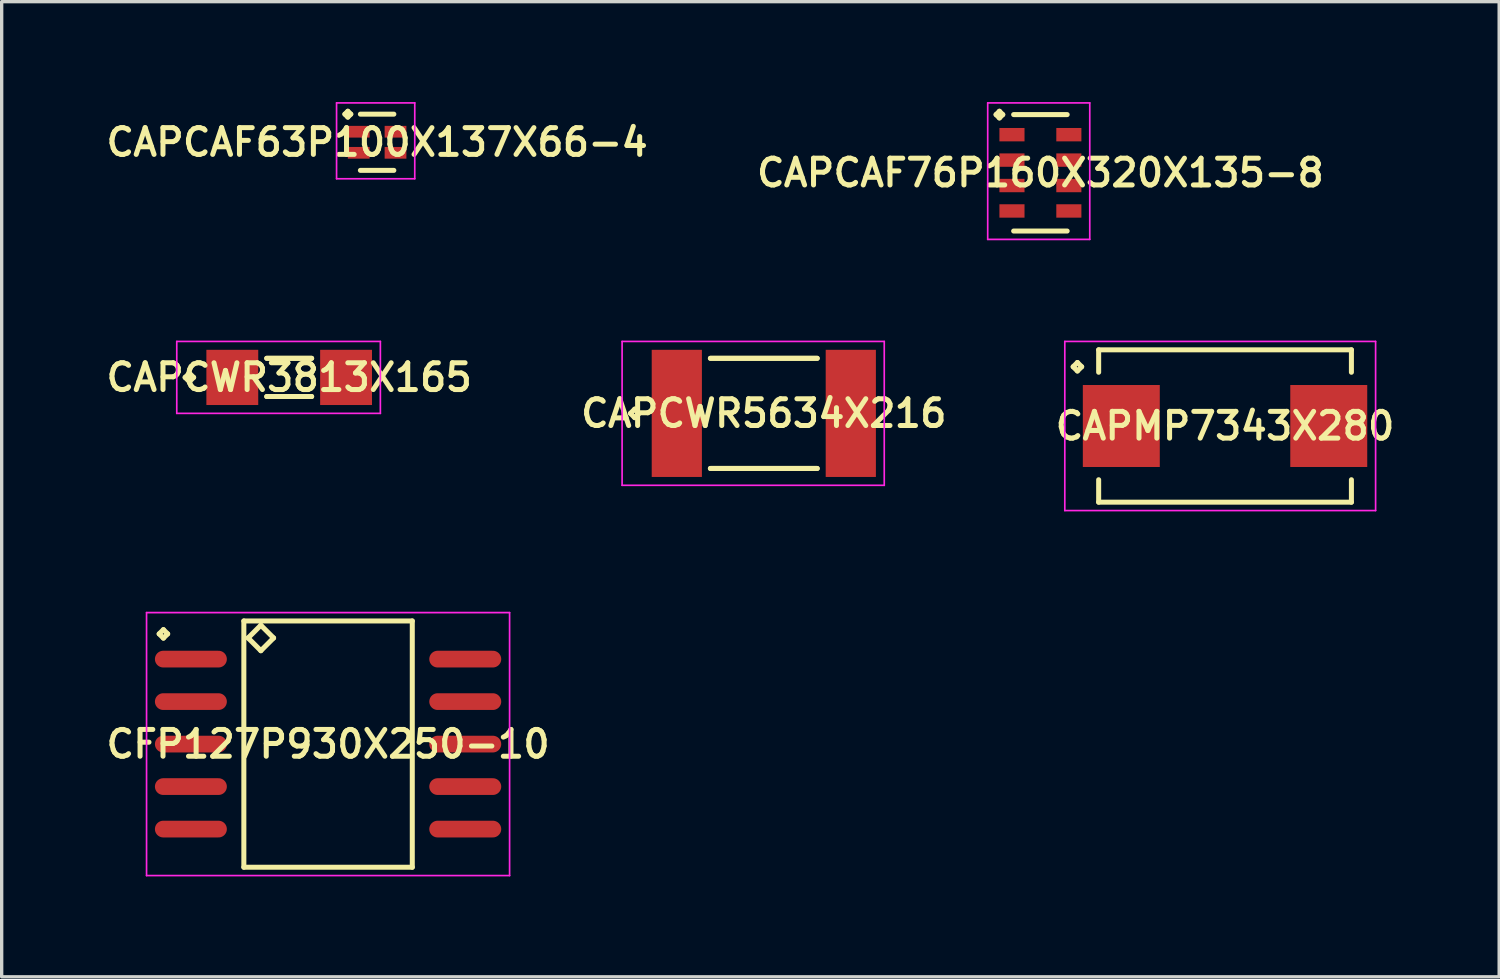
<source format=kicad_pcb>
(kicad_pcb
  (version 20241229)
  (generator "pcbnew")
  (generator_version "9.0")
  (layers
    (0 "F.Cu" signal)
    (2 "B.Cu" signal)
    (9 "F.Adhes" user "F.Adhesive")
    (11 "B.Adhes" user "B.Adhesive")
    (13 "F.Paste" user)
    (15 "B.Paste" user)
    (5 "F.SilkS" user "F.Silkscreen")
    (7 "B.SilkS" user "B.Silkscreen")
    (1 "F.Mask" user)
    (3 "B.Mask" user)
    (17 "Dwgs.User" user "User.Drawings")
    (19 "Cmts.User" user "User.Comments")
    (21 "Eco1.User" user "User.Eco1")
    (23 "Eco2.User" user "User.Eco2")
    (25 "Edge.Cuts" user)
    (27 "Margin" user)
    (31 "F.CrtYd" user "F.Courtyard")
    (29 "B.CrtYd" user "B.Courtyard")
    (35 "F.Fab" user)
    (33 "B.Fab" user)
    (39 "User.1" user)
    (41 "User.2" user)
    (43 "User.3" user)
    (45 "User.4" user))
  (footprint "CAPCAF76P160X320X135-8"
    (layer "F.Cu")
    (at 28.045 2.115)
    (property "Reference" "CAPCAF76P160X320X135-8" (at 0 0 0) (layer "F.SilkS") (effects (font (size 0.8 0.8) (thickness 0.15))))
    (attr smd)
    (fp_line (start -1.325 -1.74) (end -1.225 -1.84) (stroke (width 0.15) (type solid)) (layer "F.SilkS"))
    (fp_line (start -1.225 -1.84) (end -1.125 -1.74) (stroke (width 0.15) (type solid)) (layer "F.SilkS"))
    (fp_line (start -1.225 -1.64) (end -1.325 -1.74) (stroke (width 0.15) (type solid)) (layer "F.SilkS"))
    (fp_line (start -1.125 -1.74) (end -1.225 -1.64) (stroke (width 0.15) (type solid)) (layer "F.SilkS"))
    (fp_line (start -0.8 -1.74) (end 0.8 -1.74) (stroke (width 0.15) (type solid)) (layer "F.SilkS"))
    (fp_line (start -0.8 1.74) (end 0.8 1.74) (stroke (width 0.15) (type solid)) (layer "F.SilkS"))
    (fp_line (start -1.575 -2.09) (end 1.475 -2.09) (stroke (width 0.05) (type solid)) (layer "F.CrtYd"))
    (fp_line (start -1.575 1.99) (end -1.575 -2.09) (stroke (width 0.05) (type solid)) (layer "F.CrtYd"))
    (fp_line (start 1.475 -2.09) (end 1.475 1.99) (stroke (width 0.05) (type solid)) (layer "F.CrtYd"))
    (fp_line (start 1.475 1.99) (end -1.575 1.99) (stroke (width 0.05) (type solid)) (layer "F.CrtYd"))
    (pad "1" smd rect (at -0.85 -1.14) (size 0.75 0.4) (layers "F.Cu" "F.Mask" "F.Paste"))
    (pad "2" smd rect (at -0.85 -0.38) (size 0.75 0.4) (layers "F.Cu" "F.Mask" "F.Paste"))
    (pad "3" smd rect (at -0.85 0.38) (size 0.75 0.4) (layers "F.Cu" "F.Mask" "F.Paste"))
    (pad "4" smd rect (at -0.85 1.14) (size 0.75 0.4) (layers "F.Cu" "F.Mask" "F.Paste"))
    (pad "5" smd rect (at 0.85 1.14) (size 0.75 0.4) (layers "F.Cu" "F.Mask" "F.Paste"))
    (pad "6" smd rect (at 0.85 0.38) (size 0.75 0.4) (layers "F.Cu" "F.Mask" "F.Paste"))
    (pad "7" smd rect (at 0.85 -0.38) (size 0.75 0.4) (layers "F.Cu" "F.Mask" "F.Paste"))
    (pad "8" smd rect (at 0.85 -1.14) (size 0.75 0.4) (layers "F.Cu" "F.Mask" "F.Paste")))
  (footprint "CAPCAF63P100X137X66-4"
    (layer "F.Cu")
    (at 8.221 1.202)
    (property "Reference" "CAPCAF63P100X137X66-4" (at 0 0 0) (layer "F.SilkS") (effects (font (size 0.8 0.8) (thickness 0.15))))
    (attr smd)
    (fp_line (start -0.963 -0.84) (end -0.875 -0.927) (stroke (width 0.15) (type solid)) (layer "F.SilkS"))
    (fp_line (start -0.875 -0.927) (end -0.787 -0.84) (stroke (width 0.15) (type solid)) (layer "F.SilkS"))
    (fp_line (start -0.875 -0.752) (end -0.963 -0.84) (stroke (width 0.15) (type solid)) (layer "F.SilkS"))
    (fp_line (start -0.787 -0.84) (end -0.875 -0.752) (stroke (width 0.15) (type solid)) (layer "F.SilkS"))
    (fp_line (start -0.5 -0.84) (end 0.5 -0.84) (stroke (width 0.15) (type solid)) (layer "F.SilkS"))
    (fp_line (start -0.5 0.84) (end 0.5 0.84) (stroke (width 0.15) (type solid)) (layer "F.SilkS"))
    (fp_line (start -1.212 -1.177) (end 1.125 -1.177) (stroke (width 0.05) (type solid)) (layer "F.CrtYd"))
    (fp_line (start -1.212 1.09) (end -1.212 -1.177) (stroke (width 0.05) (type solid)) (layer "F.CrtYd"))
    (fp_line (start 1.125 -1.177) (end 1.125 1.09) (stroke (width 0.05) (type solid)) (layer "F.CrtYd"))
    (fp_line (start 1.125 1.09) (end -1.212 1.09) (stroke (width 0.05) (type solid)) (layer "F.CrtYd"))
    (pad "1" smd rect (at -0.55 -0.315) (size 0.65 0.35) (layers "F.Cu" "F.Mask" "F.Paste"))
    (pad "2" smd rect (at -0.55 0.315) (size 0.65 0.35) (layers "F.Cu" "F.Mask" "F.Paste"))
    (pad "3" smd rect (at 0.55 0.315) (size 0.65 0.35) (layers "F.Cu" "F.Mask" "F.Paste"))
    (pad "4" smd rect (at 0.55 -0.315) (size 0.65 0.35) (layers "F.Cu" "F.Mask" "F.Paste")))
  (footprint "CAPCWR3813X165"
    (layer "F.Cu")
    (at 5.593 8.23)
    (property "Reference" "CAPCWR3813X165" (at 0 0 0) (layer "F.SilkS") (effects (font (size 0.8 0.8) (thickness 0.15))))
    (attr smd)
    (fp_line (start -3.11 0) (end -2.983 -0.127) (stroke (width 0.15) (type solid)) (layer "F.SilkS"))
    (fp_line (start -2.983 -0.127) (end -2.856 0) (stroke (width 0.15) (type solid)) (layer "F.SilkS"))
    (fp_line (start -2.983 0.127) (end -3.11 0) (stroke (width 0.15) (type solid)) (layer "F.SilkS"))
    (fp_line (start -2.856 0) (end -2.983 0.127) (stroke (width 0.15) (type solid)) (layer "F.SilkS"))
    (fp_line (start -0.671 -0.571) (end 0.671 -0.571) (stroke (width 0.15) (type solid)) (layer "F.SilkS"))
    (fp_line (start -0.671 0.571) (end 0.671 0.571) (stroke (width 0.15) (type solid)) (layer "F.SilkS"))
    (fp_line (start 0.671 -0.571) (end -0.671 -0.571) (stroke (width 0.15) (type solid)) (layer "F.SilkS"))
    (fp_line (start 0.671 0.571) (end -0.671 0.571) (stroke (width 0.15) (type solid)) (layer "F.SilkS"))
    (fp_line (start -3.36 -1.075) (end 2.725 -1.075) (stroke (width 0.05) (type solid)) (layer "F.CrtYd"))
    (fp_line (start -3.36 1.075) (end -3.36 -1.075) (stroke (width 0.05) (type solid)) (layer "F.CrtYd"))
    (fp_line (start 2.725 -1.075) (end 2.725 1.075) (stroke (width 0.05) (type solid)) (layer "F.CrtYd"))
    (fp_line (start 2.725 1.075) (end -3.36 1.075) (stroke (width 0.05) (type solid)) (layer "F.CrtYd"))
    (pad "1" smd rect (at -1.7 0) (size 1.55 1.65) (layers "F.Cu" "F.Mask" "F.Paste"))
    (pad "2" smd rect (at 1.7 0) (size 1.55 1.65) (layers "F.Cu" "F.Mask" "F.Paste")))
  (footprint "CAPMP7343X280"
    (layer "F.Cu")
    (at 33.563 9.682)
    (property "Reference" "CAPMP7343X280" (at 0 0 0) (layer "F.SilkS") (effects (font (size 0.8 0.8) (thickness 0.15))))
    (attr smd)
    (fp_line (start -4.539 -1.771) (end -4.412 -1.898) (stroke (width 0.15) (type solid)) (layer "F.SilkS"))
    (fp_line (start -4.412 -1.898) (end -4.285 -1.771) (stroke (width 0.15) (type solid)) (layer "F.SilkS"))
    (fp_line (start -4.412 -1.644) (end -4.539 -1.771) (stroke (width 0.15) (type solid)) (layer "F.SilkS"))
    (fp_line (start -4.285 -1.771) (end -4.412 -1.644) (stroke (width 0.15) (type solid)) (layer "F.SilkS"))
    (fp_line (start -3.777 -2.277) (end 3.777 -2.277) (stroke (width 0.15) (type solid)) (layer "F.SilkS"))
    (fp_line (start -3.777 -1.606) (end -3.777 -2.277) (stroke (width 0.15) (type solid)) (layer "F.SilkS"))
    (fp_line (start -3.777 1.606) (end -3.777 2.277) (stroke (width 0.15) (type solid)) (layer "F.SilkS"))
    (fp_line (start -3.777 2.277) (end 3.777 2.277) (stroke (width 0.15) (type solid)) (layer "F.SilkS"))
    (fp_line (start 3.777 -2.277) (end 3.777 -1.606) (stroke (width 0.15) (type solid)) (layer "F.SilkS"))
    (fp_line (start 3.777 2.277) (end 3.777 1.606) (stroke (width 0.15) (type solid)) (layer "F.SilkS"))
    (fp_line (start -4.789 -2.527) (end 4.5 -2.527) (stroke (width 0.05) (type solid)) (layer "F.CrtYd"))
    (fp_line (start -4.789 2.527) (end -4.789 -2.527) (stroke (width 0.05) (type solid)) (layer "F.CrtYd"))
    (fp_line (start 4.5 -2.527) (end 4.5 2.527) (stroke (width 0.05) (type solid)) (layer "F.CrtYd"))
    (fp_line (start 4.5 2.527) (end -4.789 2.527) (stroke (width 0.05) (type solid)) (layer "F.CrtYd"))
    (pad "1" smd rect (at -3.1 0) (size 2.3 2.45) (layers "F.Cu" "F.Mask" "F.Paste"))
    (pad "2" smd rect (at 3.1 0) (size 2.3 2.45) (layers "F.Cu" "F.Mask" "F.Paste")))
  (footprint "CFP127P930X250-10"
    (layer "F.Cu")
    (at 6.755 19.189)
    (property "Reference" "CFP127P930X250-10" (at 0 0 0) (layer "F.SilkS") (effects (font (size 0.8 0.8) (thickness 0.15))))
    (attr smd)
    (fp_line (start -5.048 -3.294) (end -4.921 -3.421) (stroke (width 0.15) (type solid)) (layer "F.SilkS"))
    (fp_line (start -4.921 -3.421) (end -4.794 -3.294) (stroke (width 0.15) (type solid)) (layer "F.SilkS"))
    (fp_line (start -4.921 -3.167) (end -5.048 -3.294) (stroke (width 0.15) (type solid)) (layer "F.SilkS"))
    (fp_line (start -4.794 -3.294) (end -4.921 -3.167) (stroke (width 0.15) (type solid)) (layer "F.SilkS"))
    (fp_line (start -2.517 -3.68) (end -2.517 3.68) (stroke (width 0.15) (type solid)) (layer "F.SilkS"))
    (fp_line (start -2.517 3.68) (end 2.517 3.68) (stroke (width 0.15) (type solid)) (layer "F.SilkS"))
    (fp_line (start -2.39 -3.172) (end -2.009 -3.553) (stroke (width 0.15) (type solid)) (layer "F.SilkS"))
    (fp_line (start -2.009 -3.553) (end -1.628 -3.172) (stroke (width 0.15) (type solid)) (layer "F.SilkS"))
    (fp_line (start -2.009 -2.791) (end -2.39 -3.172) (stroke (width 0.15) (type solid)) (layer "F.SilkS"))
    (fp_line (start -1.628 -3.172) (end -2.009 -2.791) (stroke (width 0.15) (type solid)) (layer "F.SilkS"))
    (fp_line (start 2.517 -3.68) (end -2.517 -3.68) (stroke (width 0.15) (type solid)) (layer "F.SilkS"))
    (fp_line (start 2.517 3.68) (end 2.517 -3.68) (stroke (width 0.15) (type solid)) (layer "F.SilkS"))
    (fp_line (start -5.425 -3.93) (end 5.425 -3.93) (stroke (width 0.05) (type solid)) (layer "F.CrtYd"))
    (fp_line (start -5.425 3.93) (end -5.425 -3.93) (stroke (width 0.05) (type solid)) (layer "F.CrtYd"))
    (fp_line (start 5.425 -3.93) (end 5.425 3.93) (stroke (width 0.05) (type solid)) (layer "F.CrtYd"))
    (fp_line (start 5.425 3.93) (end -5.425 3.93) (stroke (width 0.05) (type solid)) (layer "F.CrtYd"))
    (pad "1" smd oval (at -4.1 -2.54) (size 2.15 0.5) (layers "F.Cu" "F.Mask" "F.Paste"))
    (pad "2" smd oval (at -4.1 -1.27) (size 2.15 0.5) (layers "F.Cu" "F.Mask" "F.Paste"))
    (pad "3" smd oval (at -4.1 0) (size 2.15 0.5) (layers "F.Cu" "F.Mask" "F.Paste"))
    (pad "4" smd oval (at -4.1 1.27) (size 2.15 0.5) (layers "F.Cu" "F.Mask" "F.Paste"))
    (pad "5" smd oval (at -4.1 2.54) (size 2.15 0.5) (layers "F.Cu" "F.Mask" "F.Paste"))
    (pad "6" smd oval (at 4.1 2.54) (size 2.15 0.5) (layers "F.Cu" "F.Mask" "F.Paste"))
    (pad "7" smd oval (at 4.1 1.27) (size 2.15 0.5) (layers "F.Cu" "F.Mask" "F.Paste"))
    (pad "8" smd oval (at 4.1 0) (size 2.15 0.5) (layers "F.Cu" "F.Mask" "F.Paste"))
    (pad "9" smd oval (at 4.1 -1.27) (size 2.15 0.5) (layers "F.Cu" "F.Mask" "F.Paste"))
    (pad "10" smd oval (at 4.1 -2.54) (size 2.15 0.5) (layers "F.Cu" "F.Mask" "F.Paste")))
  (footprint "CAPCWR5634X216"
    (layer "F.Cu")
    (at 19.778 9.305)
    (property "Reference" "CAPCWR5634X216" (at 0 0 0) (layer "F.SilkS") (effects (font (size 0.8 0.8) (thickness 0.15))))
    (attr smd)
    (fp_line (start -3.985 0) (end -3.858 -0.127) (stroke (width 0.15) (type solid)) (layer "F.SilkS"))
    (fp_line (start -3.858 -0.127) (end -3.731 0) (stroke (width 0.15) (type solid)) (layer "F.SilkS"))
    (fp_line (start -3.858 0.127) (end -3.985 0) (stroke (width 0.15) (type solid)) (layer "F.SilkS"))
    (fp_line (start -3.731 0) (end -3.858 0.127) (stroke (width 0.15) (type solid)) (layer "F.SilkS"))
    (fp_line (start -1.596 -1.646) (end 1.596 -1.646) (stroke (width 0.15) (type solid)) (layer "F.SilkS"))
    (fp_line (start -1.596 1.646) (end 1.596 1.646) (stroke (width 0.15) (type solid)) (layer "F.SilkS"))
    (fp_line (start 1.596 -1.646) (end -1.596 -1.646) (stroke (width 0.15) (type solid)) (layer "F.SilkS"))
    (fp_line (start 1.596 1.646) (end -1.596 1.646) (stroke (width 0.15) (type solid)) (layer "F.SilkS"))
    (fp_line (start -4.235 -2.15) (end 3.6 -2.15) (stroke (width 0.05) (type solid)) (layer "F.CrtYd"))
    (fp_line (start -4.235 2.15) (end -4.235 -2.15) (stroke (width 0.05) (type solid)) (layer "F.CrtYd"))
    (fp_line (start 3.6 -2.15) (end 3.6 2.15) (stroke (width 0.05) (type solid)) (layer "F.CrtYd"))
    (fp_line (start 3.6 2.15) (end -4.235 2.15) (stroke (width 0.05) (type solid)) (layer "F.CrtYd"))
    (pad "1" smd rect (at -2.6 0) (size 1.5 3.8) (layers "F.Cu" "F.Mask" "F.Paste"))
    (pad "2" smd rect (at 2.6 0) (size 1.5 3.8) (layers "F.Cu" "F.Mask" "F.Paste")))
  (gr_rect
    (start -3 -3)
    (end 41.756 26.144)
    (stroke (width 0.1) (type default))
    (fill no)
    (layer "Edge.Cuts")))
</source>
